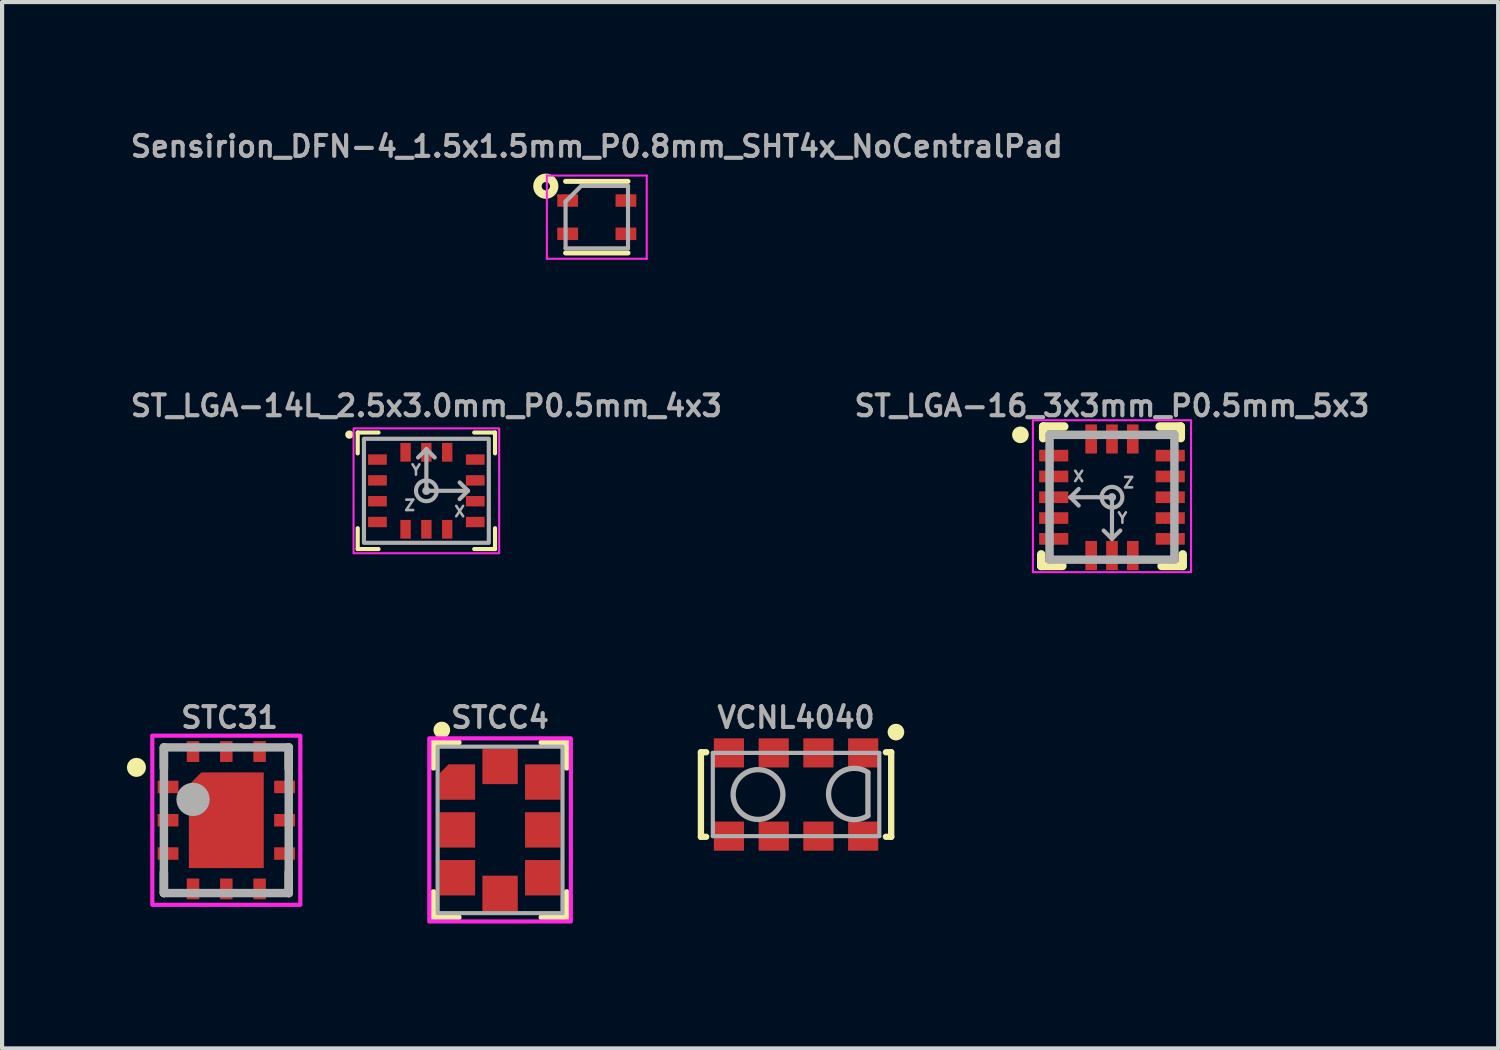
<source format=kicad_pcb>
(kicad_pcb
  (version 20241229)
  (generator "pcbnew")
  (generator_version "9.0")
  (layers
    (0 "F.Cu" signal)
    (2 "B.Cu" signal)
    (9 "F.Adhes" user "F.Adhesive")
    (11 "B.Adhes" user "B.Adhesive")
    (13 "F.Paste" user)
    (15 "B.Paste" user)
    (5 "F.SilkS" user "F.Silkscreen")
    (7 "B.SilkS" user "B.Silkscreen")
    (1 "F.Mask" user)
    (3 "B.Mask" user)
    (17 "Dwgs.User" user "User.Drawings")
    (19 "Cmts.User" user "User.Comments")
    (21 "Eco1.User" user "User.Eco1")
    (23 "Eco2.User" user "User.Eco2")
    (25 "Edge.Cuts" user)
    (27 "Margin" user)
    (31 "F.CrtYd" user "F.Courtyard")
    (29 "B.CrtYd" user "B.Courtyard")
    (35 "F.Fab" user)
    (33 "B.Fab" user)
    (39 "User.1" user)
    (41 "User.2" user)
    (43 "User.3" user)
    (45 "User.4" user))
  (footprint "STCC4"
    (layer "F.Cu")
    (at 8.966 16.891)
    (property "Reference" "STCC4" (at 0 -2.7 0) (unlocked yes) (layer "F.Fab") (effects (font (size 0.5 0.5) (thickness 0.1))))
    (attr smd)
    (fp_line (start -1.6 -2.1) (end -1 -2.1) (stroke (width 0.15) (type default)) (layer "F.SilkS"))
    (fp_line (start -1.6 -1.5) (end -1.6 -2.1) (stroke (width 0.15) (type default)) (layer "F.SilkS"))
    (fp_line (start -1.6 2.1) (end -1.6 1.5) (stroke (width 0.15) (type default)) (layer "F.SilkS"))
    (fp_line (start -1 2.1) (end -1.6 2.1) (stroke (width 0.15) (type default)) (layer "F.SilkS"))
    (fp_line (start 1 -2.1) (end 1.6 -2.1) (stroke (width 0.15) (type default)) (layer "F.SilkS"))
    (fp_line (start 1.6 -2.1) (end 1.6 -1.5) (stroke (width 0.15) (type default)) (layer "F.SilkS"))
    (fp_line (start 1.6 1.5) (end 1.6 2.1) (stroke (width 0.15) (type default)) (layer "F.SilkS"))
    (fp_line (start 1.6 2.1) (end 1 2.1) (stroke (width 0.15) (type default)) (layer "F.SilkS"))
    (fp_circle (center -1.4 -2.4) (end -1.5 -2.4) (stroke (width 0.2) (type solid)) (fill yes) (layer "F.SilkS"))
    (fp_rect (start -1.7 -2.2) (end 1.7 2.2) (stroke (width 0.1) (type solid)) (fill no) (layer "F.CrtYd"))
    (fp_rect (start -1.5 -2) (end 1.5 2) (stroke (width 0.1) (type solid)) (fill no) (layer "F.Fab"))
    (pad "1" smd roundrect (at -1.025 -1.15) (size 0.85 0.85) (layers "F.Cu" "F.Mask" "F.Paste") (roundrect_rratio 0) (chamfer_ratio 0.25) (chamfer top_left))
    (pad "2" smd rect (at -1.025 0) (size 0.85 0.85) (layers "F.Cu" "F.Mask" "F.Paste"))
    (pad "3" smd rect (at -1.025 1.15) (size 0.85 0.85) (layers "F.Cu" "F.Mask" "F.Paste"))
    (pad "4" smd rect (at 0 1.525) (size 0.85 0.85) (layers "F.Cu" "F.Mask" "F.Paste"))
    (pad "5" smd rect (at 1.025 1.15) (size 0.85 0.85) (layers "F.Cu" "F.Mask" "F.Paste"))
    (pad "6" smd rect (at 1.025 0) (size 0.85 0.85) (layers "F.Cu" "F.Mask" "F.Paste"))
    (pad "7" smd rect (at 1.025 -1.15) (size 0.85 0.85) (layers "F.Cu" "F.Mask" "F.Paste"))
    (pad "8" smd rect (at 0 -1.525) (size 0.85 0.85) (layers "F.Cu" "F.Mask" "F.Paste")))
  (footprint "STC31"
    (layer "F.Cu")
    (at 2.466 16.491)
    (property "Reference" "STC31" (at 0 -2.3 0) (unlocked yes) (layer "F.Fab") (effects (font (size 0.5 0.5) (thickness 0.1))))
    (attr smd)
    (fp_poly (pts (xy 0.822 1.318) (xy -0.978 1.318) (xy -0.978 -0.682) (xy -0.678 -0.982) (xy 0.822 -0.982)) (stroke (width 0) (type default)) (fill yes) (layer "F.Cu"))
    (fp_poly (pts (xy 0.922 1.418) (xy -1.078 1.418) (xy -1.078 -0.732) (xy -0.728 -1.082) (xy 0.922 -1.082)) (stroke (width 0) (type default)) (fill yes) (layer "F.Mask"))
    (fp_line (start -1.578 -1.582) (end -1.578 -1.082) (stroke (width 0.203) (type solid)) (layer "F.SilkS"))
    (fp_line (start -1.578 1.418) (end -1.578 1.918) (stroke (width 0.203) (type solid)) (layer "F.SilkS"))
    (fp_line (start 1.422 -1.582) (end 1.422 -1.082) (stroke (width 0.203) (type solid)) (layer "F.SilkS"))
    (fp_line (start 1.422 1.418) (end 1.422 1.918) (stroke (width 0.203) (type solid)) (layer "F.SilkS"))
    (fp_circle (center -2.237 -1.102) (end -2.11 -1.102) (stroke (width 0.203) (type solid)) (fill yes) (layer "F.SilkS"))
    (fp_poly (pts (xy -1.728 -0.482) (xy -1.328 -0.482) (xy -1.328 -0.782) (xy -1.728 -0.782)) (stroke (width 0) (type default)) (fill yes) (layer "F.Paste"))
    (fp_poly (pts (xy -1.728 0.318) (xy -1.328 0.318) (xy -1.328 0.018) (xy -1.728 0.018)) (stroke (width 0) (type default)) (fill yes) (layer "F.Paste"))
    (fp_poly (pts (xy -1.728 1.118) (xy -1.328 1.118) (xy -1.328 0.818) (xy -1.728 0.818)) (stroke (width 0) (type default)) (fill yes) (layer "F.Paste"))
    (fp_poly (pts (xy -1.028 -1.332) (xy -0.728 -1.332) (xy -0.728 -1.732) (xy -1.028 -1.732)) (stroke (width 0) (type default)) (fill yes) (layer "F.Paste"))
    (fp_poly (pts (xy -1.028 2.068) (xy -0.728 2.068) (xy -0.728 1.668) (xy -1.028 1.668)) (stroke (width 0) (type default)) (fill yes) (layer "F.Paste"))
    (fp_poly (pts (xy -0.428 0.618) (xy 0.272 0.618) (xy 0.272 -0.282) (xy -0.428 -0.282)) (stroke (width 0) (type default)) (fill yes) (layer "F.Paste"))
    (fp_poly (pts (xy -0.228 -1.332) (xy 0.072 -1.332) (xy 0.072 -1.732) (xy -0.228 -1.732)) (stroke (width 0) (type default)) (fill yes) (layer "F.Paste"))
    (fp_poly (pts (xy -0.228 2.068) (xy 0.072 2.068) (xy 0.072 1.668) (xy -0.228 1.668)) (stroke (width 0) (type default)) (fill yes) (layer "F.Paste"))
    (fp_poly (pts (xy 0.572 -1.332) (xy 0.872 -1.332) (xy 0.872 -1.732) (xy 0.572 -1.732)) (stroke (width 0) (type default)) (fill yes) (layer "F.Paste"))
    (fp_poly (pts (xy 0.572 2.068) (xy 0.872 2.068) (xy 0.872 1.668) (xy 0.572 1.668)) (stroke (width 0) (type default)) (fill yes) (layer "F.Paste"))
    (fp_poly (pts (xy 1.172 -0.482) (xy 1.572 -0.482) (xy 1.572 -0.782) (xy 1.172 -0.782)) (stroke (width 0) (type default)) (fill yes) (layer "F.Paste"))
    (fp_poly (pts (xy 1.172 0.318) (xy 1.572 0.318) (xy 1.572 0.018) (xy 1.172 0.018)) (stroke (width 0) (type default)) (fill yes) (layer "F.Paste"))
    (fp_poly (pts (xy 1.172 1.118) (xy 1.572 1.118) (xy 1.572 0.818) (xy 1.172 0.818)) (stroke (width 0) (type default)) (fill yes) (layer "F.Paste"))
    (fp_rect (start -1.856 -1.864) (end 1.7 2.2) (stroke (width 0.1) (type solid)) (fill no) (layer "F.CrtYd"))
    (fp_line (start -1.578 -1.582) (end -1.578 1.918) (stroke (width 0.203) (type solid)) (layer "F.Fab"))
    (fp_line (start -1.578 1.918) (end 1.422 1.918) (stroke (width 0.203) (type solid)) (layer "F.Fab"))
    (fp_line (start 1.422 -1.582) (end -1.578 -1.582) (stroke (width 0.203) (type solid)) (layer "F.Fab"))
    (fp_line (start 1.422 1.918) (end 1.422 -1.582) (stroke (width 0.203) (type solid)) (layer "F.Fab"))
    (fp_circle (center -0.878 -0.332) (end -0.678 -0.332) (stroke (width 0.4) (type solid)) (fill no) (layer "F.Fab"))
    (pad "1" smd rect (at -1.478 -0.632) (size 0.5 0.3) (layers "F.Cu" "F.Mask"))
    (pad "2" smd rect (at -1.478 0.168) (size 0.5 0.3) (layers "F.Cu" "F.Mask"))
    (pad "3" smd rect (at -1.478 0.968) (size 0.5 0.3) (layers "F.Cu" "F.Mask"))
    (pad "4" smd rect (at -0.878 1.818 90) (size 0.5 0.3) (layers "F.Cu" "F.Mask"))
    (pad "5" smd rect (at -0.078 1.818 90) (size 0.5 0.3) (layers "F.Cu" "F.Mask"))
    (pad "6" smd rect (at 0.722 1.818 90) (size 0.5 0.3) (layers "F.Cu" "F.Mask"))
    (pad "7" smd rect (at 1.322 0.968) (size 0.5 0.3) (layers "F.Cu" "F.Mask"))
    (pad "8" smd rect (at 1.322 0.168) (size 0.5 0.3) (layers "F.Cu" "F.Mask"))
    (pad "9" smd rect (at 1.322 -0.632) (size 0.5 0.3) (layers "F.Cu" "F.Mask"))
    (pad "10" smd rect (at 0.722 -1.482 270) (size 0.5 0.3) (layers "F.Cu" "F.Mask"))
    (pad "11" smd rect (at -0.078 -1.482 270) (size 0.5 0.3) (layers "F.Cu" "F.Mask"))
    (pad "12" smd rect (at -0.878 -1.482 270) (size 0.5 0.3) (layers "F.Cu" "F.Mask"))
    (pad "DIEPAD" smd rect (at -0.078 0.168 90) (size 0.61 0.305) (layers "F.Cu")))
  (footprint "Sensirion_DFN-4_1.5x1.5mm_P0.8mm_SHT4x_NoCentralPad"
    (layer "F.Cu")
    (at 11.29 2.168)
    (property "Reference" "Sensirion_DFN-4_1.5x1.5mm_P0.8mm_SHT4x_NoCentralPad" (at 0 -1.7 0) (layer "F.Fab") (effects (font (size 0.5 0.5) (thickness 0.1))))
    (attr smd)
    (fp_line (start -0.75 -0.86) (end 0.75 -0.86) (stroke (width 0.12) (type solid)) (layer "F.SilkS"))
    (fp_line (start -0.75 0.86) (end 0.75 0.86) (stroke (width 0.12) (type solid)) (layer "F.SilkS"))
    (fp_circle (center -1.225 -0.744) (end -1.125 -0.744) (stroke (width 0.203) (type solid)) (fill no) (layer "F.SilkS"))
    (fp_line (start -1.2 -1) (end -1.2 1) (stroke (width 0.05) (type solid)) (layer "F.CrtYd"))
    (fp_line (start -1.2 1) (end 1.2 1) (stroke (width 0.05) (type solid)) (layer "F.CrtYd"))
    (fp_line (start 1.2 -1) (end -1.2 -1) (stroke (width 0.05) (type solid)) (layer "F.CrtYd"))
    (fp_line (start 1.2 1) (end 1.2 -1) (stroke (width 0.05) (type solid)) (layer "F.CrtYd"))
    (fp_line (start -0.75 -0.375) (end -0.375 -0.75) (stroke (width 0.1) (type solid)) (layer "F.Fab"))
    (fp_line (start -0.75 0.75) (end -0.75 -0.375) (stroke (width 0.1) (type solid)) (layer "F.Fab"))
    (fp_line (start -0.375 -0.75) (end 0.75 -0.75) (stroke (width 0.1) (type solid)) (layer "F.Fab"))
    (fp_line (start 0.75 -0.75) (end 0.75 0.75) (stroke (width 0.1) (type solid)) (layer "F.Fab"))
    (fp_line (start 0.75 0.75) (end -0.75 0.75) (stroke (width 0.1) (type solid)) (layer "F.Fab"))
    (pad "1" smd rect (at -0.7 -0.4) (size 0.5 0.3) (layers "F.Cu" "F.Mask" "F.Paste"))
    (pad "2" smd rect (at -0.7 0.4) (size 0.5 0.3) (layers "F.Cu" "F.Mask" "F.Paste"))
    (pad "3" smd rect (at 0.7 0.4) (size 0.5 0.3) (layers "F.Cu" "F.Mask" "F.Paste"))
    (pad "4" smd rect (at 0.7 -0.4) (size 0.5 0.3) (layers "F.Cu" "F.Mask" "F.Paste"))
    (zone (net_name "") (layer "F.Cu") (hatch edge 0.508) (connect_pads) (min_thickness 0.254) (filled_areas_thickness no) (keepout (tracks not_allowed) (vias not_allowed) (pads allowed) (copperpour not_allowed) (footprints allowed)) (placement (enabled no)) (fill) (polygon (pts (xy 12.04 1.618) (xy 11.74 1.618) (xy 11.74 1.918) (xy 12.04 1.918) (xy 12.04 2.418) (xy 11.74 2.418) (xy 11.74 2.718) (xy 12.04 2.718) (xy 12.04 2.918) (xy 10.54 2.918) (xy 10.54 2.718) (xy 10.84 2.718) (xy 10.84 2.418) (xy 10.54 2.418) (xy 10.54 1.918) (xy 10.84 1.918) (xy 10.84 1.618) (xy 10.54 1.618) (xy 10.54 1.418) (xy 12.04 1.418)))))
  (footprint "ST_LGA-16_3x3mm_P0.5mm_5x3"
    (layer "F.Cu")
    (at 23.669 8.898)
    (property "Reference" "ST_LGA-16_3x3mm_P0.5mm_5x3" (at 0 -1.905 0) (unlocked yes) (layer "F.Fab") (effects (font (size 0.5 0.5) (thickness 0.1) (bold yes)) (justify bottom)))
    (fp_line (start -1.7 1.372) (end -1.7 1.652) (stroke (width 0.203) (type solid)) (layer "F.SilkS"))
    (fp_line (start -1.7 1.652) (end -1.192 1.652) (stroke (width 0.203) (type solid)) (layer "F.SilkS"))
    (fp_line (start -1.654 -1.7) (end -1.654 -1.42) (stroke (width 0.203) (type solid)) (layer "F.SilkS"))
    (fp_line (start -1.146 -1.7) (end -1.654 -1.7) (stroke (width 0.203) (type solid)) (layer "F.SilkS"))
    (fp_line (start 1.146 -1.7) (end 1.654 -1.7) (stroke (width 0.203) (type solid)) (layer "F.SilkS"))
    (fp_line (start 1.192 1.652) (end 1.7 1.652) (stroke (width 0.203) (type solid)) (layer "F.SilkS"))
    (fp_line (start 1.654 -1.7) (end 1.654 -1.42) (stroke (width 0.203) (type solid)) (layer "F.SilkS"))
    (fp_line (start 1.7 1.372) (end 1.7 1.652) (stroke (width 0.203) (type solid)) (layer "F.SilkS"))
    (fp_circle (center -2.2 -1.5) (end -2.3 -1.5) (stroke (width 0.2) (type solid)) (fill yes) (layer "F.SilkS"))
    (fp_rect (start -1.9 -1.85) (end 1.9 1.8) (stroke (width 0.05) (type default)) (fill no) (layer "F.CrtYd"))
    (fp_line (start -1.5 -1.5) (end 1.5 -1.5) (stroke (width 0.203) (type solid)) (layer "F.Fab"))
    (fp_line (start -1.5 1.5) (end -1.5 -1.5) (stroke (width 0.203) (type solid)) (layer "F.Fab"))
    (fp_line (start -1 0) (end -0.8 -0.2) (stroke (width 0.1) (type default)) (layer "F.Fab"))
    (fp_line (start -1 0) (end -0.8 0.2) (stroke (width 0.1) (type default)) (layer "F.Fab"))
    (fp_line (start 0 0) (end -1 0) (stroke (width 0.1) (type default)) (layer "F.Fab"))
    (fp_line (start 0 0) (end 0 1) (stroke (width 0.1) (type default)) (layer "F.Fab"))
    (fp_line (start 0 1) (end -0.2 0.8) (stroke (width 0.1) (type default)) (layer "F.Fab"))
    (fp_line (start 0 1) (end 0.2 0.8) (stroke (width 0.1) (type default)) (layer "F.Fab"))
    (fp_line (start 1.5 -1.5) (end 1.5 1.5) (stroke (width 0.203) (type solid)) (layer "F.Fab"))
    (fp_line (start 1.5 1.5) (end -1.5 1.5) (stroke (width 0.203) (type solid)) (layer "F.Fab"))
    (fp_circle (center 0 0) (end -0.25 0) (stroke (width 0.1) (type default)) (fill no) (layer "F.Fab"))
    (fp_circle (center 0 0) (end -0.05 0) (stroke (width 0.1) (type default)) (fill no) (layer "F.Fab"))
    (fp_text user "X" (at -0.8 -0.5 0) (unlocked yes) (layer "F.Fab") (effects (font (size 0.25 0.25) (thickness 0.062))))
    (fp_text user "Z" (at 0.4 -0.35 0) (unlocked yes) (layer "F.Fab") (effects (font (size 0.25 0.25) (thickness 0.062))))
    (fp_text user "Y" (at 0.25 0.5 0) (unlocked yes) (layer "F.Fab") (effects (font (size 0.25 0.25) (thickness 0.062))))
    (pad "1" smd rect (at -1.4 -1 180) (size 0.7 0.28) (layers "F.Cu" "F.Mask" "F.Paste"))
    (pad "2" smd rect (at -1.4 -0.5) (size 0.7 0.28) (layers "F.Cu" "F.Mask" "F.Paste"))
    (pad "3" smd rect (at -1.4 0) (size 0.7 0.28) (layers "F.Cu" "F.Mask" "F.Paste"))
    (pad "4" smd rect (at -1.4 0.5) (size 0.7 0.28) (layers "F.Cu" "F.Mask" "F.Paste"))
    (pad "5" smd rect (at -1.4 1 180) (size 0.7 0.28) (layers "F.Cu" "F.Mask" "F.Paste"))
    (pad "6" smd rect (at -0.5 1.4 90) (size 0.7 0.28) (layers "F.Cu" "F.Mask" "F.Paste"))
    (pad "7" smd rect (at 0 1.4 90) (size 0.7 0.28) (layers "F.Cu" "F.Mask" "F.Paste"))
    (pad "8" smd rect (at 0.5 1.4 90) (size 0.7 0.28) (layers "F.Cu" "F.Mask" "F.Paste"))
    (pad "9" smd rect (at 1.4 1 180) (size 0.7 0.28) (layers "F.Cu" "F.Mask" "F.Paste"))
    (pad "10" smd rect (at 1.4 0.5 180) (size 0.7 0.28) (layers "F.Cu" "F.Mask" "F.Paste"))
    (pad "11" smd rect (at 1.4 0 180) (size 0.7 0.28) (layers "F.Cu" "F.Mask" "F.Paste"))
    (pad "12" smd rect (at 1.4 -0.5 180) (size 0.7 0.28) (layers "F.Cu" "F.Mask" "F.Paste"))
    (pad "13" smd rect (at 1.4 -1 180) (size 0.7 0.28) (layers "F.Cu" "F.Mask" "F.Paste"))
    (pad "14" smd rect (at 0.5 -1.4 270) (size 0.7 0.28) (layers "F.Cu" "F.Mask" "F.Paste"))
    (pad "15" smd rect (at 0 -1.4 270) (size 0.7 0.28) (layers "F.Cu" "F.Mask" "F.Paste"))
    (pad "16" smd rect (at -0.5 -1.4 270) (size 0.7 0.28) (layers "F.Cu" "F.Mask" "F.Paste"))
    (zone (net_name "") (layers "F.Cu" "F.SilkS") (name "MEMs Keepout") (hatch edge 0.5) (connect_pads) (min_thickness 0.25) (filled_areas_thickness no) (keepout (tracks not_allowed) (vias not_allowed) (pads not_allowed) (copperpour not_allowed) (footprints allowed)) (placement (enabled no)) (fill) (polygon (pts (xy 22.719 7.948) (xy 22.719 9.848) (xy 24.619 9.848) (xy 24.619 7.948)))))
  (footprint "VCNL4040"
    (layer "F.Cu")
    (at 16.078 16.041)
    (property "Reference" "VCNL4040" (at 0 -1.85 0) (unlocked yes) (layer "F.Fab") (effects (font (size 0.5 0.5) (thickness 0.1) (bold yes))))
    (fp_line (start -2.286 -1.016) (end -2.159 -1.016) (stroke (width 0.152) (type solid)) (layer "F.SilkS"))
    (fp_line (start -2.286 1.016) (end -2.286 -1.016) (stroke (width 0.152) (type solid)) (layer "F.SilkS"))
    (fp_line (start -2.286 1.016) (end -2.159 1.016) (stroke (width 0.152) (type solid)) (layer "F.SilkS"))
    (fp_line (start 2.159 1.016) (end 2.286 1.016) (stroke (width 0.152) (type solid)) (layer "F.SilkS"))
    (fp_line (start 2.286 -1.016) (end 2.159 -1.016) (stroke (width 0.152) (type solid)) (layer "F.SilkS"))
    (fp_line (start 2.286 1.016) (end 2.286 -1.016) (stroke (width 0.152) (type solid)) (layer "F.SilkS"))
    (fp_circle (center 2.4 -1.5) (end 2.3 -1.5) (stroke (width 0.2) (type solid)) (fill yes) (layer "F.SilkS"))
    (fp_line (start -2 -1) (end 2 -1) (stroke (width 0.1) (type solid)) (layer "F.Fab"))
    (fp_line (start -2 1) (end -2 -1) (stroke (width 0.1) (type solid)) (layer "F.Fab"))
    (fp_line (start -2 1) (end 2 1) (stroke (width 0.1) (type solid)) (layer "F.Fab"))
    (fp_line (start 1.727 0.508) (end 1.727 -0.508) (stroke (width 0.127) (type solid)) (layer "F.Fab"))
    (fp_line (start 2 -1) (end 2 1) (stroke (width 0.1) (type solid)) (layer "F.Fab"))
    (fp_arc (start 1.7272 0.508) (mid 0.780428 -0.0127) (end 1.7272 -0.5334) (stroke (width 0.127) (type solid)) (layer "F.Fab"))
    (fp_circle (center -0.914 0) (end -0.914 -0.598) (stroke (width 0.127) (type solid)) (fill no) (layer "F.Fab"))
    (pad "1" smd rect (at 1.613 -1 90) (size 0.7 0.725) (layers "F.Cu" "F.Mask" "F.Paste"))
    (pad "2" smd rect (at 0.537 -1 90) (size 0.7 0.725) (layers "F.Cu" "F.Mask" "F.Paste"))
    (pad "3" smd rect (at -0.537 -1 90) (size 0.7 0.725) (layers "F.Cu" "F.Mask" "F.Paste"))
    (pad "4" smd rect (at -1.613 -1 90) (size 0.7 0.725) (layers "F.Cu" "F.Mask" "F.Paste"))
    (pad "5" smd rect (at -1.613 1 90) (size 0.7 0.725) (layers "F.Cu" "F.Mask" "F.Paste"))
    (pad "6" smd rect (at -0.537 1 90) (size 0.7 0.725) (layers "F.Cu" "F.Mask" "F.Paste"))
    (pad "7" smd rect (at 0.537 1 90) (size 0.7 0.725) (layers "F.Cu" "F.Mask" "F.Paste"))
    (pad "8" smd rect (at 1.613 1 90) (size 0.7 0.725) (layers "F.Cu" "F.Mask" "F.Paste")))
  (footprint "ST_LGA-14L_2.5x3.0mm_P0.5mm_4x3"
    (layer "F.Cu")
    (at 7.195 8.743)
    (property "Reference" "ST_LGA-14L_2.5x3.0mm_P0.5mm_4x3" (at 0 -1.75 180) (layer "F.Fab") (effects (font (size 0.5 0.5) (thickness 0.1) (bold yes)) (justify bottom)))
    (fp_line (start -1.65 -1.4) (end -1.15 -1.4) (stroke (width 0.1) (type default)) (layer "F.SilkS"))
    (fp_line (start -1.65 -0.9) (end -1.65 -1.4) (stroke (width 0.1) (type default)) (layer "F.SilkS"))
    (fp_line (start -1.65 1.4) (end -1.65 0.9) (stroke (width 0.1) (type default)) (layer "F.SilkS"))
    (fp_line (start -1.15 1.4) (end -1.65 1.4) (stroke (width 0.1) (type default)) (layer "F.SilkS"))
    (fp_line (start 1.15 -1.4) (end 1.65 -1.4) (stroke (width 0.1) (type default)) (layer "F.SilkS"))
    (fp_line (start 1.65 -1.4) (end 1.65 -0.9) (stroke (width 0.1) (type default)) (layer "F.SilkS"))
    (fp_line (start 1.65 0.9) (end 1.65 1.4) (stroke (width 0.1) (type default)) (layer "F.SilkS"))
    (fp_line (start 1.65 1.4) (end 1.15 1.4) (stroke (width 0.1) (type default)) (layer "F.SilkS"))
    (fp_circle (center -1.85 -1.35) (end -1.8 -1.35) (stroke (width 0.1) (type default)) (fill no) (layer "F.SilkS"))
    (fp_rect (start 1.75 -1.5) (end -1.75 1.5) (stroke (width 0.05) (type default)) (fill no) (layer "F.CrtYd"))
    (fp_line (start 0 -1) (end -0.2 -0.8) (stroke (width 0.1) (type default)) (layer "F.Fab"))
    (fp_line (start 0 -1) (end 0.2 -0.8) (stroke (width 0.1) (type default)) (layer "F.Fab"))
    (fp_line (start 0 0) (end 0 -1) (stroke (width 0.1) (type default)) (layer "F.Fab"))
    (fp_line (start 0 0) (end 1 0) (stroke (width 0.1) (type default)) (layer "F.Fab"))
    (fp_line (start 1 0) (end 0.8 -0.2) (stroke (width 0.1) (type default)) (layer "F.Fab"))
    (fp_line (start 1 0) (end 0.8 0.2) (stroke (width 0.1) (type default)) (layer "F.Fab"))
    (fp_rect (start -1.5 -1.25) (end 1.5 1.25) (stroke (width 0.1) (type default)) (fill no) (layer "F.Fab"))
    (fp_circle (center 0 0) (end 0.05 0) (stroke (width 0.1) (type default)) (fill no) (layer "F.Fab"))
    (fp_circle (center 0 0) (end 0.25 0) (stroke (width 0.1) (type default)) (fill no) (layer "F.Fab"))
    (fp_text user "Z" (at -0.4 0.35 0) (unlocked yes) (layer "F.Fab") (effects (font (size 0.25 0.25) (thickness 0.062))))
    (fp_text user "X" (at 0.8 0.5 0) (unlocked yes) (layer "F.Fab") (effects (font (size 0.25 0.25) (thickness 0.062))))
    (fp_text user "Y" (at -0.25 -0.5 0) (unlocked yes) (layer "F.Fab") (effects (font (size 0.25 0.25) (thickness 0.062))))
    (pad "1" smd rect (at -1.175 -0.75) (size 0.45 0.25) (layers "F.Cu" "F.Mask" "F.Paste"))
    (pad "2" smd rect (at -1.175 -0.25) (size 0.45 0.25) (layers "F.Cu" "F.Mask" "F.Paste"))
    (pad "3" smd rect (at -1.175 0.25) (size 0.45 0.25) (layers "F.Cu" "F.Mask" "F.Paste"))
    (pad "4" smd rect (at -1.175 0.75) (size 0.45 0.25) (layers "F.Cu" "F.Mask" "F.Paste"))
    (pad "5" smd rect (at -0.5 0.925 90) (size 0.45 0.25) (layers "F.Cu" "F.Mask" "F.Paste"))
    (pad "6" smd rect (at 0 0.925 90) (size 0.45 0.25) (layers "F.Cu" "F.Mask" "F.Paste"))
    (pad "7" smd rect (at 0.5 0.925 90) (size 0.45 0.25) (layers "F.Cu" "F.Mask" "F.Paste"))
    (pad "8" smd rect (at 1.175 0.75) (size 0.45 0.25) (layers "F.Cu" "F.Mask" "F.Paste"))
    (pad "9" smd rect (at 1.175 0.25) (size 0.45 0.25) (layers "F.Cu" "F.Mask" "F.Paste"))
    (pad "10" smd rect (at 1.175 -0.25) (size 0.45 0.25) (layers "F.Cu" "F.Mask" "F.Paste"))
    (pad "11" smd rect (at 1.175 -0.75) (size 0.45 0.25) (layers "F.Cu" "F.Mask" "F.Paste"))
    (pad "12" smd rect (at 0.5 -0.925 90) (size 0.45 0.25) (layers "F.Cu" "F.Mask" "F.Paste"))
    (pad "13" smd rect (at 0 -0.925 90) (size 0.45 0.25) (layers "F.Cu" "F.Mask" "F.Paste"))
    (pad "14" smd rect (at -0.5 -0.925 90) (size 0.45 0.25) (layers "F.Cu" "F.Mask" "F.Paste")))
  (gr_rect
    (start -3 -3)
    (end 32.948 22.141)
    (stroke (width 0.1) (type default))
    (fill no)
    (layer "Edge.Cuts")))
</source>
